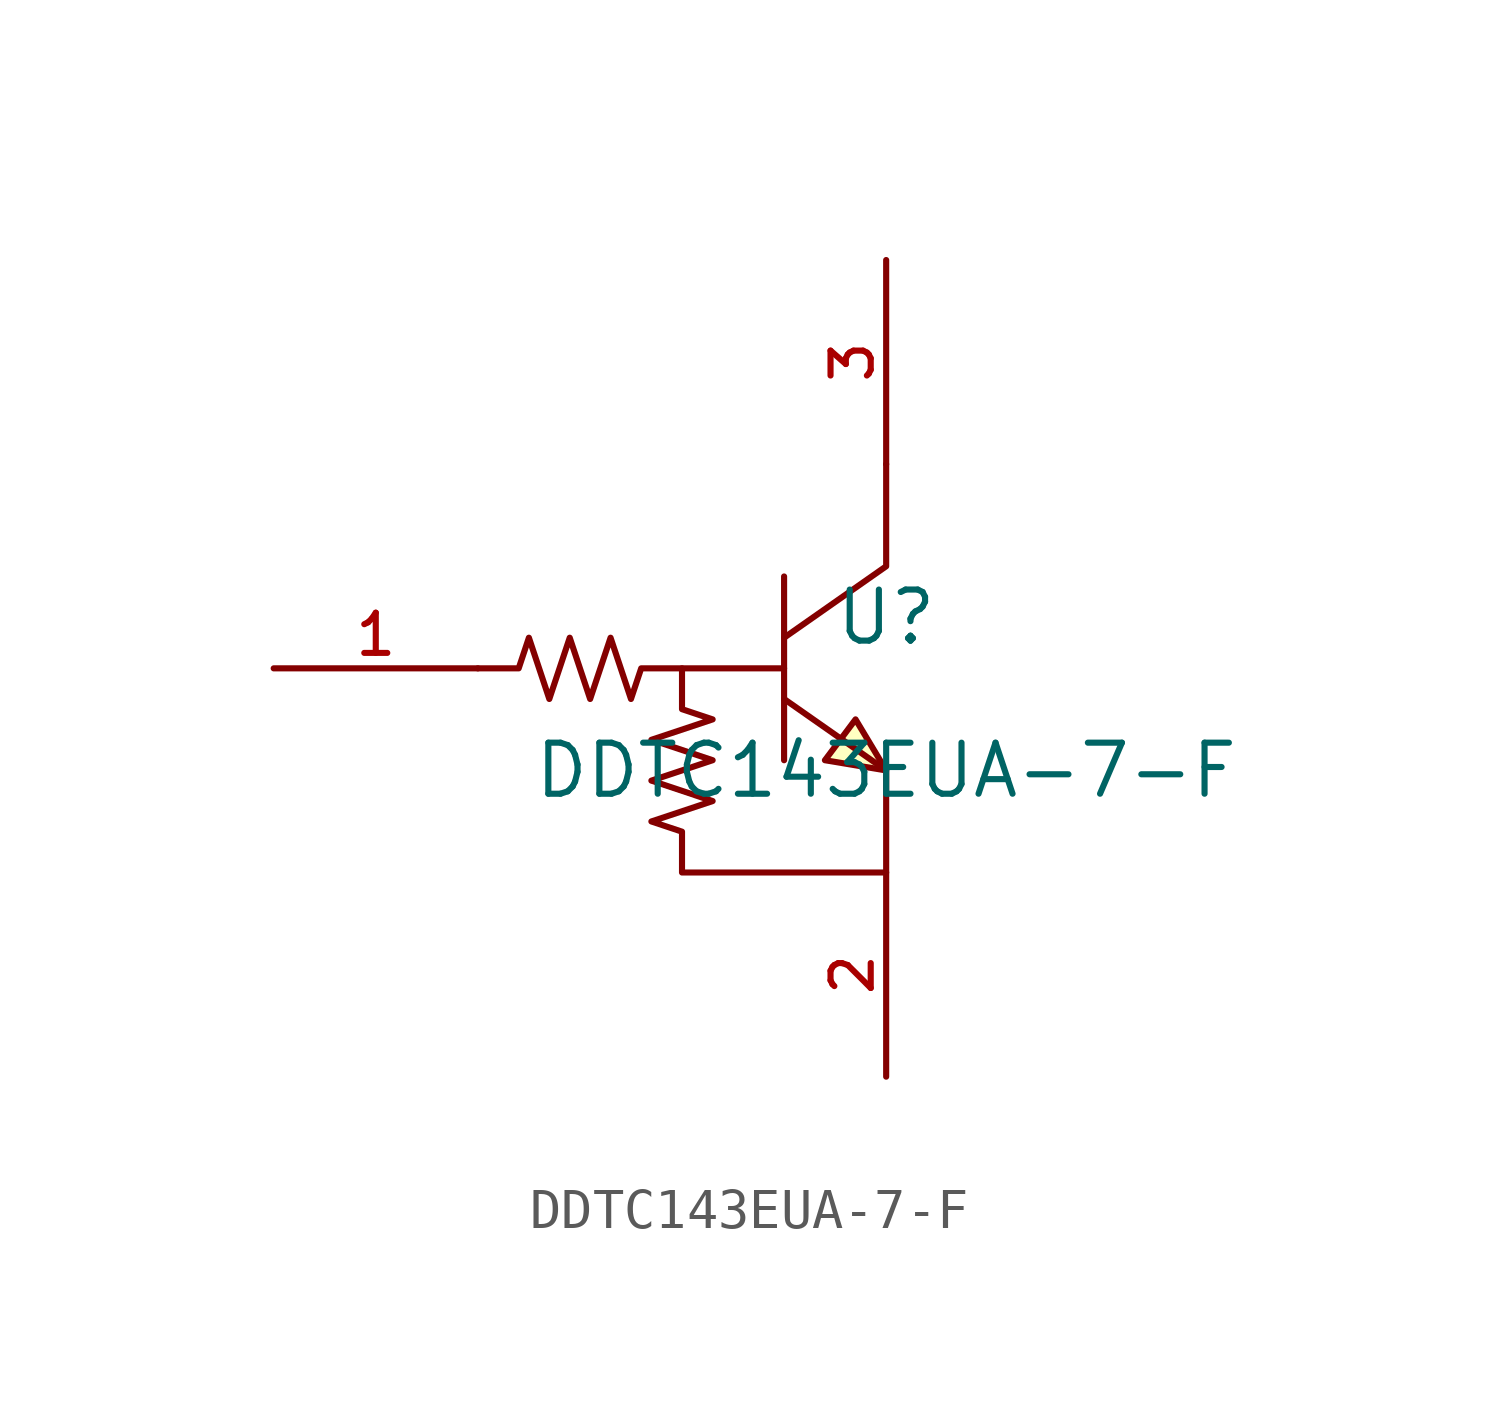
<source format=kicad_sym>
(kicad_symbol_lib
  (version 20210201)
  (generator TousstNicolas/JLC2KiCad_lib)
  (symbol "DDTC143EUA-7-F"
    (pin_names hide)
    (property "Reference" "U"
      (at 0 1.27 0)
      (effects (font (size 1.27 1.27))))
    (property "Value" "DDTC143EUA-7-F"
      (at 0 -2.54 0)
      (effects (font (size 1.27 1.27))))
    (symbol "DDTC143EUA-7-F_0_1"
      (pin unspecified line (at 0.0 10.16 270) (length 5.08) (name "OUT" (effects (font (size 1 1)))) (number "3" (effects (font (size 1 1)))))
      (pin unspecified line (at 0.0 -10.16 90) (length 5.08) (name "GND(0)" (effects (font (size 1 1)))) (number "2" (effects (font (size 1 1)))))
      (pin unspecified line (at -15.24 -0.0 0) (length 5.08) (name "IN" (effects (font (size 1 1)))) (number "1" (effects (font (size 1 1)))))
      (polyline (pts (xy -10.16 -0.0) (xy -9.144 -0.0) (xy -8.89 0.762) (xy -8.382 -0.762) (xy -7.874 0.762) (xy -7.366 -0.762) (xy -6.858 0.762) (xy -6.35 -0.762) (xy -6.096 -0.0) (xy -5.08 -0.0) (xy -2.54 -0.0)) (stroke (width 0) (type default) (color 0 0 0 0)) (fill (type none)))
      (polyline (pts (xy -2.54 2.286) (xy -2.54 -2.286)) (stroke (width 0) (type default) (color 0 0 0 0)) (fill (type none)))
      (polyline (pts (xy -2.54 -0.762) (xy 0.0 -2.54) (xy 0.0 -5.08) (xy -5.08 -5.08) (xy -5.08 -4.064) (xy -5.842 -3.81) (xy -4.318 -3.302) (xy -5.842 -2.794) (xy -4.318 -2.286) (xy -5.842 -1.778) (xy -4.318 -1.27) (xy -5.08 -1.016) (xy -5.08 -0.0)) (stroke (width 0) (type default) (color 0 0 0 0)) (fill (type none)))
      (polyline (pts (xy 0.0 5.08) (xy 0.0 2.54) (xy -2.54 0.762)) (stroke (width 0) (type default) (color 0 0 0 0)) (fill (type none)))
      (polyline (pts (xy 0.0 -2.54) (xy -1.524 -2.286) (xy -0.762 -1.27) (xy 0.0 -2.54)) (stroke (width 0) (type default) (color 0 0 0 0)) (fill (type background))))))
</source>
